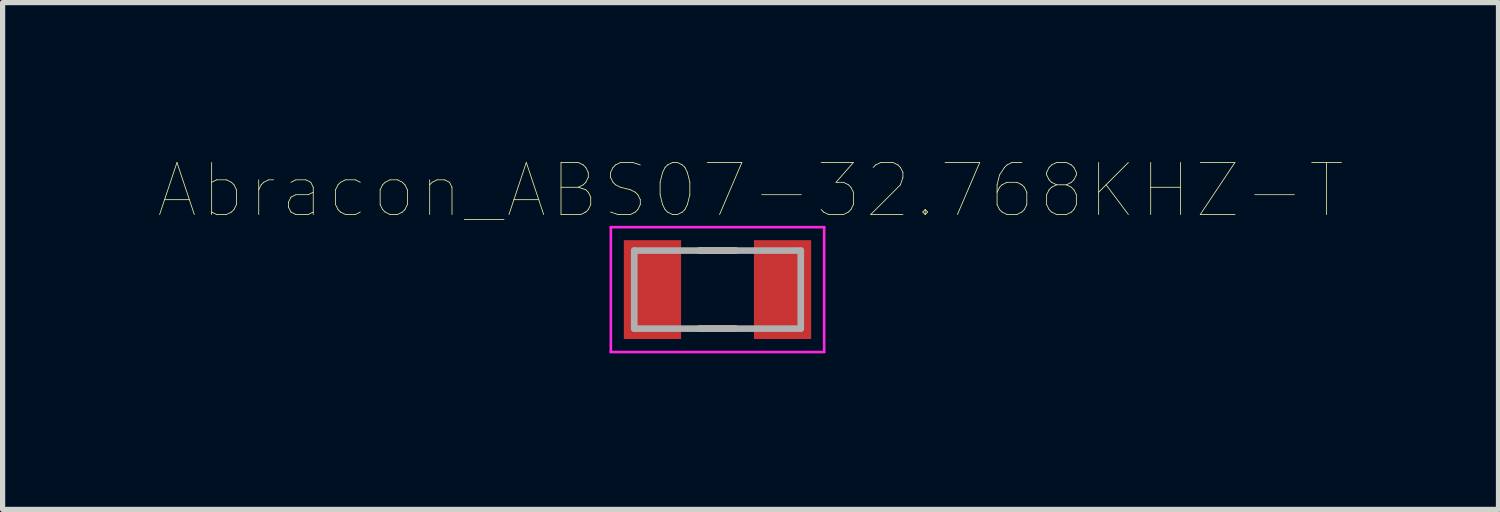
<source format=kicad_pcb>
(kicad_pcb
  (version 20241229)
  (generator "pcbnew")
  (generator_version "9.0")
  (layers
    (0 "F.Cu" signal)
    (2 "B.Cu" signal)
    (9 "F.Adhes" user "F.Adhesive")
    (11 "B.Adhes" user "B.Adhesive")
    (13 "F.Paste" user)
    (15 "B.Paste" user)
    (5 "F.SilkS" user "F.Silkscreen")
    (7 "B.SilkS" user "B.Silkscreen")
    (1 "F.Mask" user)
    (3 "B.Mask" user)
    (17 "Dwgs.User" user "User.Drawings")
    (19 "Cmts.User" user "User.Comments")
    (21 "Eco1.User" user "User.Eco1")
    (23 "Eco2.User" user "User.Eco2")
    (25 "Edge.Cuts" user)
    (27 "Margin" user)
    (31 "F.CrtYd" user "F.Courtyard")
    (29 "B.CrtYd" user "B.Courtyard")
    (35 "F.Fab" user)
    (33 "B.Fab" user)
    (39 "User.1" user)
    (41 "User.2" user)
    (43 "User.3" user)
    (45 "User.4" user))
  (footprint "Abracon_ABS07-32.768KHZ-T"
    (layer "F.Cu")
    (at 10.74 2.516)
    (property "Reference" "Abracon_ABS07-32.768KHZ-T" (at 0.635 -1.905 0) (layer "F.SilkS") (effects (font (size 1 1) (thickness 0.015))))
    (attr through_hole)
    (fp_line (start -0.35 -0.75) (end 0.35 -0.75) (stroke (width 0.127) (type solid)) (layer "F.SilkS"))
    (fp_line (start -0.35 0.75) (end 0.35 0.75) (stroke (width 0.127) (type solid)) (layer "F.SilkS"))
    (fp_line (start -2.05 -1.2) (end 2.05 -1.2) (stroke (width 0.05) (type solid)) (layer "F.CrtYd"))
    (fp_line (start -2.05 1.2) (end -2.05 -1.2) (stroke (width 0.05) (type solid)) (layer "F.CrtYd"))
    (fp_line (start 2.05 -1.2) (end 2.05 1.2) (stroke (width 0.05) (type solid)) (layer "F.CrtYd"))
    (fp_line (start 2.05 1.2) (end -2.05 1.2) (stroke (width 0.05) (type solid)) (layer "F.CrtYd"))
    (fp_line (start -1.6 -0.75) (end 1.6 -0.75) (stroke (width 0.127) (type solid)) (layer "F.Fab"))
    (fp_line (start -1.6 0.75) (end -1.6 -0.75) (stroke (width 0.127) (type solid)) (layer "F.Fab"))
    (fp_line (start 1.6 -0.75) (end 1.6 0.75) (stroke (width 0.127) (type solid)) (layer "F.Fab"))
    (fp_line (start 1.6 0.75) (end -1.6 0.75) (stroke (width 0.127) (type solid)) (layer "F.Fab"))
    (pad "1" smd rect (at -1.25 0) (size 1.1 1.9) (layers "F.Cu" "F.Mask" "F.Paste"))
    (pad "2" smd rect (at 1.25 0) (size 1.1 1.9) (layers "F.Cu" "F.Mask" "F.Paste")))
  (gr_rect
    (start -3 -3)
    (end 25.75 6.741)
    (stroke (width 0.1) (type default))
    (fill no)
    (layer "Edge.Cuts")))
</source>
